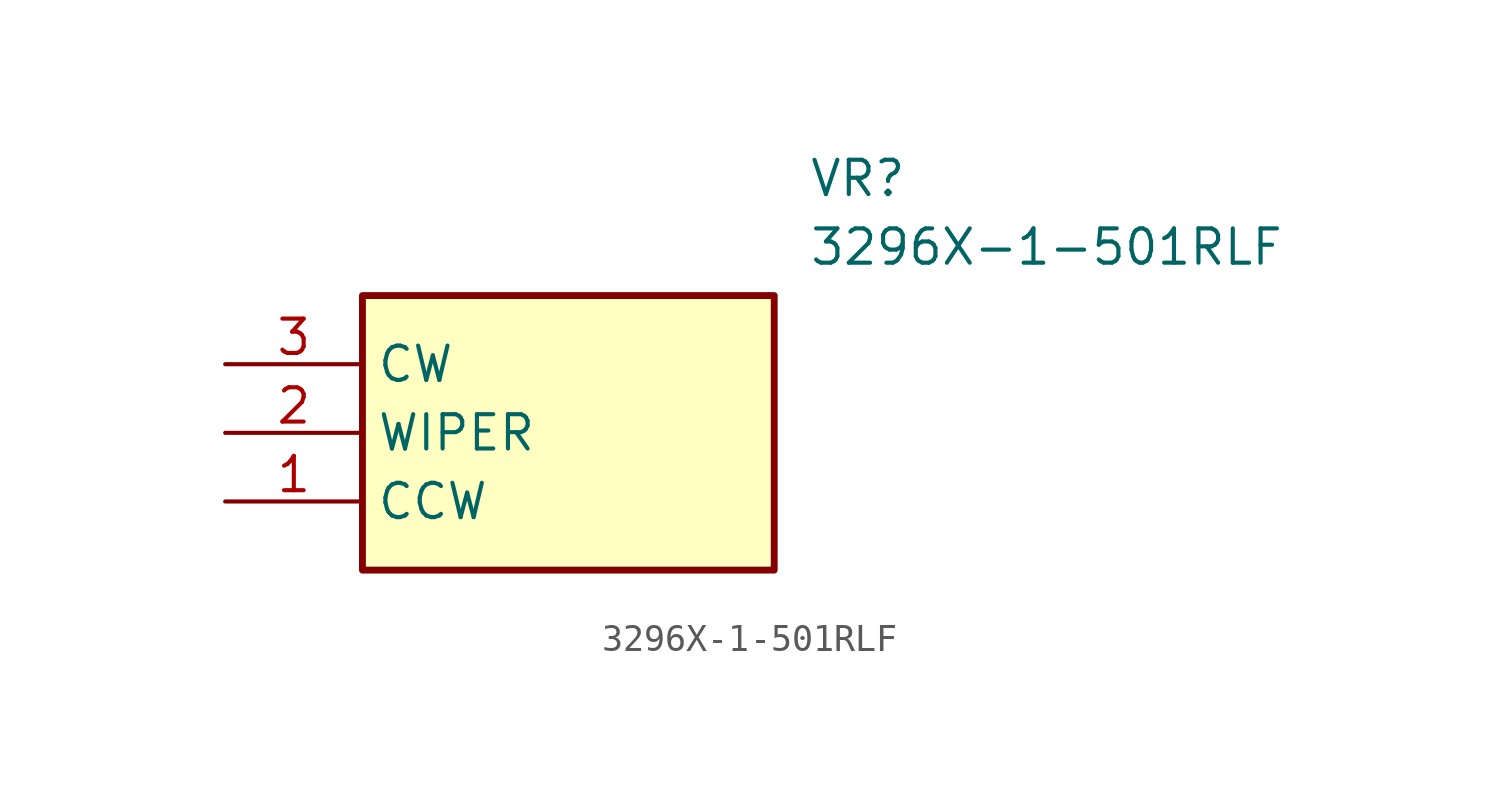
<source format=kicad_sym>
(kicad_symbol_lib
  (version 20211014)
  (generator SamacSys_ECAD_Model)
  (symbol "3296X-1-501RLF"
    (property "Reference" "VR"
      (at 21.59 7.62 0)
      (effects (font (size 1.27 1.27)) (justify left top)))
    (property "Value" "3296X-1-501RLF"
      (at 21.59 5.08 0)
      (effects (font (size 1.27 1.27)) (justify left top)))
    (rectangle
      (start 5.08 2.54)
      (end 20.32 -7.62)
      (stroke (width 0.254) (type default))
      (fill (type background)))
    (pin passive line
      (at 0 -5.08 0)
      (length 5.08)
      (name "CCW" (effects (font (size 1.27 1.27))))
      (number "1" (effects (font (size 1.27 1.27)))))
    (pin passive line
      (at 0 -2.54 0)
      (length 5.08)
      (name "WIPER" (effects (font (size 1.27 1.27))))
      (number "2" (effects (font (size 1.27 1.27)))))
    (pin passive line
      (at 0 0 0)
      (length 5.08)
      (name "CW" (effects (font (size 1.27 1.27))))
      (number "3" (effects (font (size 1.27 1.27)))))))
</source>
